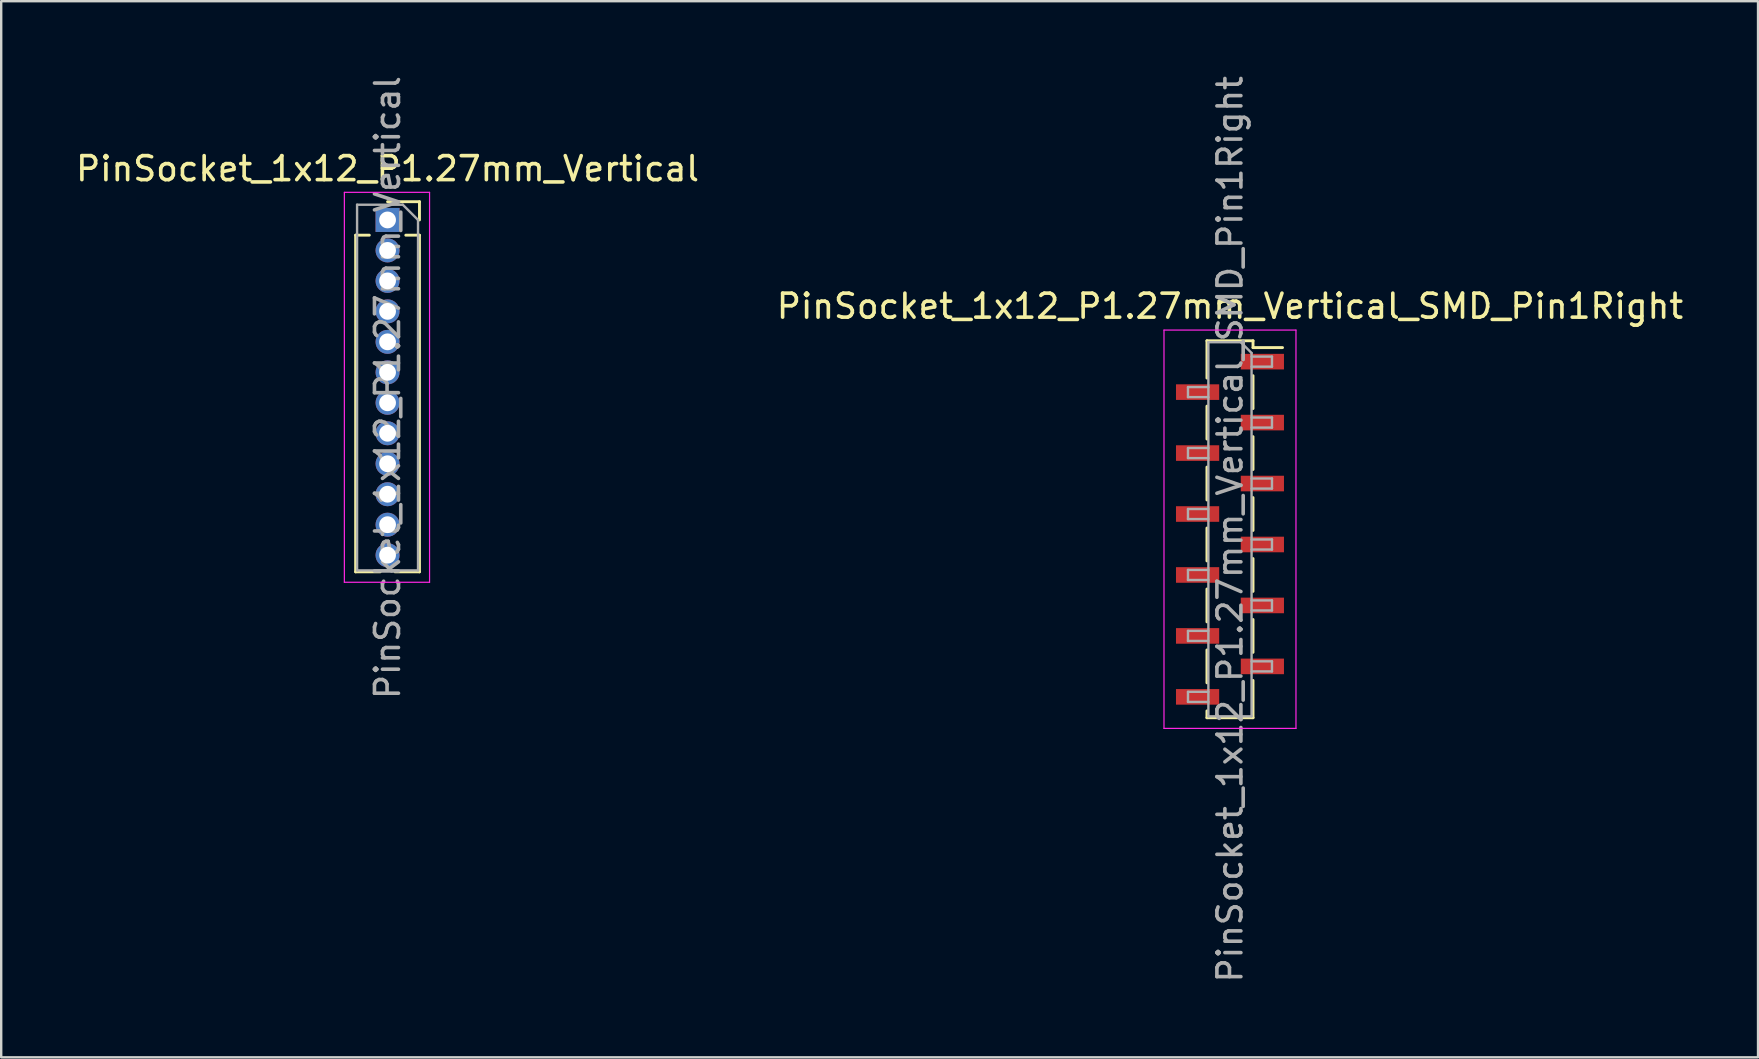
<source format=kicad_pcb>
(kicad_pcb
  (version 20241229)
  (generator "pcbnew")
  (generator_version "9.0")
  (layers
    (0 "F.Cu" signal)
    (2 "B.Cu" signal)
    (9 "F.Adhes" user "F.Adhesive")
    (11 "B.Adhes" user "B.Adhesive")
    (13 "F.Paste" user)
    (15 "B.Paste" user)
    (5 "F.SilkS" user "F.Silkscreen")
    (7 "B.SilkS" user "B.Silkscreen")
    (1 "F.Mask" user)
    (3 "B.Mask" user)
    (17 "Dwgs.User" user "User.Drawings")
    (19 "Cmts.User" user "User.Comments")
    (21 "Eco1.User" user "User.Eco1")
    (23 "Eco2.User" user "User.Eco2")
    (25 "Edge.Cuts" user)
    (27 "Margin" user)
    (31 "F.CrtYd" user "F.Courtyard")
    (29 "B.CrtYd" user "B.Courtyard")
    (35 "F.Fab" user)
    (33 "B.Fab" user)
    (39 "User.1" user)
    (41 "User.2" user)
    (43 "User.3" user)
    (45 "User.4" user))
  (footprint "PinSocket_1x12_P1.27mm_Vertical"
    (layer "F.Cu")
    (at 13.101 6.116)
    (property "Reference" "PinSocket_1x12_P1.27mm_Vertical" (at 0 -2.135 0) (layer "F.SilkS") (effects (font (size 1 1) (thickness 0.15))))
    (attr through_hole)
    (fp_line (start -1.33 0.635) (end -1.33 14.665) (stroke (width 0.12) (type solid)) (layer "F.SilkS"))
    (fp_line (start -1.33 0.635) (end -0.76 0.635) (stroke (width 0.12) (type solid)) (layer "F.SilkS"))
    (fp_line (start -1.33 14.665) (end -0.308 14.665) (stroke (width 0.12) (type solid)) (layer "F.SilkS"))
    (fp_line (start 0 -0.76) (end 1.33 -0.76) (stroke (width 0.12) (type solid)) (layer "F.SilkS"))
    (fp_line (start 0.308 14.665) (end 1.33 14.665) (stroke (width 0.12) (type solid)) (layer "F.SilkS"))
    (fp_line (start 0.76 0.635) (end 1.33 0.635) (stroke (width 0.12) (type solid)) (layer "F.SilkS"))
    (fp_line (start 1.33 -0.76) (end 1.33 0) (stroke (width 0.12) (type solid)) (layer "F.SilkS"))
    (fp_line (start 1.33 0.635) (end 1.33 14.665) (stroke (width 0.12) (type solid)) (layer "F.SilkS"))
    (fp_line (start -1.8 -1.15) (end 1.75 -1.15) (stroke (width 0.05) (type solid)) (layer "F.CrtYd"))
    (fp_line (start -1.8 15.1) (end -1.8 -1.15) (stroke (width 0.05) (type solid)) (layer "F.CrtYd"))
    (fp_line (start 1.75 -1.15) (end 1.75 15.1) (stroke (width 0.05) (type solid)) (layer "F.CrtYd"))
    (fp_line (start 1.75 15.1) (end -1.8 15.1) (stroke (width 0.05) (type solid)) (layer "F.CrtYd"))
    (fp_line (start -1.27 -0.635) (end 0.635 -0.635) (stroke (width 0.1) (type solid)) (layer "F.Fab"))
    (fp_line (start -1.27 14.605) (end -1.27 -0.635) (stroke (width 0.1) (type solid)) (layer "F.Fab"))
    (fp_line (start 0.635 -0.635) (end 1.27 0) (stroke (width 0.1) (type solid)) (layer "F.Fab"))
    (fp_line (start 1.27 0) (end 1.27 14.605) (stroke (width 0.1) (type solid)) (layer "F.Fab"))
    (fp_line (start 1.27 14.605) (end -1.27 14.605) (stroke (width 0.1) (type solid)) (layer "F.Fab"))
    (fp_text user "${REFERENCE}" (at 0 6.985 90) (layer "F.Fab") (effects (font (size 1 1) (thickness 0.15))))
    (pad "1" thru_hole rect (at 0 0) (size 1 1) (drill 0.7) (layers "*.Cu" "*.Mask"))
    (pad "2" thru_hole circle (at 0 1.27) (size 1 1) (drill 0.7) (layers "*.Cu" "*.Mask"))
    (pad "3" thru_hole circle (at 0 2.54) (size 1 1) (drill 0.7) (layers "*.Cu" "*.Mask"))
    (pad "4" thru_hole circle (at 0 3.81) (size 1 1) (drill 0.7) (layers "*.Cu" "*.Mask"))
    (pad "5" thru_hole circle (at 0 5.08) (size 1 1) (drill 0.7) (layers "*.Cu" "*.Mask"))
    (pad "6" thru_hole circle (at 0 6.35) (size 1 1) (drill 0.7) (layers "*.Cu" "*.Mask"))
    (pad "7" thru_hole circle (at 0 7.62) (size 1 1) (drill 0.7) (layers "*.Cu" "*.Mask"))
    (pad "8" thru_hole circle (at 0 8.89) (size 1 1) (drill 0.7) (layers "*.Cu" "*.Mask"))
    (pad "9" thru_hole circle (at 0 10.16) (size 1 1) (drill 0.7) (layers "*.Cu" "*.Mask"))
    (pad "10" thru_hole circle (at 0 11.43) (size 1 1) (drill 0.7) (layers "*.Cu" "*.Mask"))
    (pad "11" thru_hole circle (at 0 12.7) (size 1 1) (drill 0.7) (layers "*.Cu" "*.Mask"))
    (pad "12" thru_hole circle (at 0 13.97) (size 1 1) (drill 0.7) (layers "*.Cu" "*.Mask")))
  (footprint "PinSocket_1x12_P1.27mm_Vertical_SMD_Pin1Right"
    (layer "F.Cu")
    (at 48.208 19.006)
    (property "Reference" "PinSocket_1x12_P1.27mm_Vertical_SMD_Pin1Right" (at 0 -9.295 0) (layer "F.SilkS") (effects (font (size 1 1) (thickness 0.15))))
    (attr smd)
    (fp_line (start -0.96 -7.855) (end -0.96 -6.3) (stroke (width 0.12) (type solid)) (layer "F.SilkS"))
    (fp_line (start -0.96 -7.855) (end 0.96 -7.855) (stroke (width 0.12) (type solid)) (layer "F.SilkS"))
    (fp_line (start -0.96 -5.13) (end -0.96 -3.76) (stroke (width 0.12) (type solid)) (layer "F.SilkS"))
    (fp_line (start -0.96 -2.59) (end -0.96 -1.22) (stroke (width 0.12) (type solid)) (layer "F.SilkS"))
    (fp_line (start -0.96 -0.05) (end -0.96 1.32) (stroke (width 0.12) (type solid)) (layer "F.SilkS"))
    (fp_line (start -0.96 2.49) (end -0.96 3.86) (stroke (width 0.12) (type solid)) (layer "F.SilkS"))
    (fp_line (start -0.96 5.03) (end -0.96 6.4) (stroke (width 0.12) (type solid)) (layer "F.SilkS"))
    (fp_line (start -0.96 7.57) (end -0.96 7.855) (stroke (width 0.12) (type solid)) (layer "F.SilkS"))
    (fp_line (start -0.96 7.855) (end 0.96 7.855) (stroke (width 0.12) (type solid)) (layer "F.SilkS"))
    (fp_line (start 0.96 -7.855) (end 0.96 -7.57) (stroke (width 0.12) (type solid)) (layer "F.SilkS"))
    (fp_line (start 0.96 -7.57) (end 2.19 -7.57) (stroke (width 0.12) (type solid)) (layer "F.SilkS"))
    (fp_line (start 0.96 -6.4) (end 0.96 -5.03) (stroke (width 0.12) (type solid)) (layer "F.SilkS"))
    (fp_line (start 0.96 -3.86) (end 0.96 -2.49) (stroke (width 0.12) (type solid)) (layer "F.SilkS"))
    (fp_line (start 0.96 -1.32) (end 0.96 0.05) (stroke (width 0.12) (type solid)) (layer "F.SilkS"))
    (fp_line (start 0.96 1.22) (end 0.96 2.59) (stroke (width 0.12) (type solid)) (layer "F.SilkS"))
    (fp_line (start 0.96 3.76) (end 0.96 5.13) (stroke (width 0.12) (type solid)) (layer "F.SilkS"))
    (fp_line (start 0.96 6.3) (end 0.96 7.855) (stroke (width 0.12) (type solid)) (layer "F.SilkS"))
    (fp_line (start -2.75 -8.3) (end 2.75 -8.3) (stroke (width 0.05) (type solid)) (layer "F.CrtYd"))
    (fp_line (start -2.75 8.3) (end -2.75 -8.3) (stroke (width 0.05) (type solid)) (layer "F.CrtYd"))
    (fp_line (start 2.75 -8.3) (end 2.75 8.3) (stroke (width 0.05) (type solid)) (layer "F.CrtYd"))
    (fp_line (start 2.75 8.3) (end -2.75 8.3) (stroke (width 0.05) (type solid)) (layer "F.CrtYd"))
    (fp_line (start -1.75 -5.925) (end -0.9 -5.925) (stroke (width 0.1) (type solid)) (layer "F.Fab"))
    (fp_line (start -1.75 -5.505) (end -1.75 -5.925) (stroke (width 0.1) (type solid)) (layer "F.Fab"))
    (fp_line (start -1.75 -3.385) (end -0.9 -3.385) (stroke (width 0.1) (type solid)) (layer "F.Fab"))
    (fp_line (start -1.75 -2.965) (end -1.75 -3.385) (stroke (width 0.1) (type solid)) (layer "F.Fab"))
    (fp_line (start -1.75 -0.845) (end -0.9 -0.845) (stroke (width 0.1) (type solid)) (layer "F.Fab"))
    (fp_line (start -1.75 -0.425) (end -1.75 -0.845) (stroke (width 0.1) (type solid)) (layer "F.Fab"))
    (fp_line (start -1.75 1.695) (end -0.9 1.695) (stroke (width 0.1) (type solid)) (layer "F.Fab"))
    (fp_line (start -1.75 2.115) (end -1.75 1.695) (stroke (width 0.1) (type solid)) (layer "F.Fab"))
    (fp_line (start -1.75 4.235) (end -0.9 4.235) (stroke (width 0.1) (type solid)) (layer "F.Fab"))
    (fp_line (start -1.75 4.655) (end -1.75 4.235) (stroke (width 0.1) (type solid)) (layer "F.Fab"))
    (fp_line (start -1.75 6.775) (end -0.9 6.775) (stroke (width 0.1) (type solid)) (layer "F.Fab"))
    (fp_line (start -1.75 7.195) (end -1.75 6.775) (stroke (width 0.1) (type solid)) (layer "F.Fab"))
    (fp_line (start -0.9 -7.795) (end 0.45 -7.795) (stroke (width 0.1) (type solid)) (layer "F.Fab"))
    (fp_line (start -0.9 -5.505) (end -1.75 -5.505) (stroke (width 0.1) (type solid)) (layer "F.Fab"))
    (fp_line (start -0.9 -2.965) (end -1.75 -2.965) (stroke (width 0.1) (type solid)) (layer "F.Fab"))
    (fp_line (start -0.9 -0.425) (end -1.75 -0.425) (stroke (width 0.1) (type solid)) (layer "F.Fab"))
    (fp_line (start -0.9 2.115) (end -1.75 2.115) (stroke (width 0.1) (type solid)) (layer "F.Fab"))
    (fp_line (start -0.9 4.655) (end -1.75 4.655) (stroke (width 0.1) (type solid)) (layer "F.Fab"))
    (fp_line (start -0.9 7.195) (end -1.75 7.195) (stroke (width 0.1) (type solid)) (layer "F.Fab"))
    (fp_line (start -0.9 7.795) (end -0.9 -7.795) (stroke (width 0.1) (type solid)) (layer "F.Fab"))
    (fp_line (start 0.45 -7.795) (end 0.9 -7.345) (stroke (width 0.1) (type solid)) (layer "F.Fab"))
    (fp_line (start 0.9 -7.345) (end 0.9 7.795) (stroke (width 0.1) (type solid)) (layer "F.Fab"))
    (fp_line (start 0.9 -7.195) (end 1.75 -7.195) (stroke (width 0.1) (type solid)) (layer "F.Fab"))
    (fp_line (start 0.9 -4.655) (end 1.75 -4.655) (stroke (width 0.1) (type solid)) (layer "F.Fab"))
    (fp_line (start 0.9 -2.115) (end 1.75 -2.115) (stroke (width 0.1) (type solid)) (layer "F.Fab"))
    (fp_line (start 0.9 0.425) (end 1.75 0.425) (stroke (width 0.1) (type solid)) (layer "F.Fab"))
    (fp_line (start 0.9 2.965) (end 1.75 2.965) (stroke (width 0.1) (type solid)) (layer "F.Fab"))
    (fp_line (start 0.9 5.505) (end 1.75 5.505) (stroke (width 0.1) (type solid)) (layer "F.Fab"))
    (fp_line (start 0.9 7.795) (end -0.9 7.795) (stroke (width 0.1) (type solid)) (layer "F.Fab"))
    (fp_line (start 1.75 -7.195) (end 1.75 -6.775) (stroke (width 0.1) (type solid)) (layer "F.Fab"))
    (fp_line (start 1.75 -6.775) (end 0.9 -6.775) (stroke (width 0.1) (type solid)) (layer "F.Fab"))
    (fp_line (start 1.75 -4.655) (end 1.75 -4.235) (stroke (width 0.1) (type solid)) (layer "F.Fab"))
    (fp_line (start 1.75 -4.235) (end 0.9 -4.235) (stroke (width 0.1) (type solid)) (layer "F.Fab"))
    (fp_line (start 1.75 -2.115) (end 1.75 -1.695) (stroke (width 0.1) (type solid)) (layer "F.Fab"))
    (fp_line (start 1.75 -1.695) (end 0.9 -1.695) (stroke (width 0.1) (type solid)) (layer "F.Fab"))
    (fp_line (start 1.75 0.425) (end 1.75 0.845) (stroke (width 0.1) (type solid)) (layer "F.Fab"))
    (fp_line (start 1.75 0.845) (end 0.9 0.845) (stroke (width 0.1) (type solid)) (layer "F.Fab"))
    (fp_line (start 1.75 2.965) (end 1.75 3.385) (stroke (width 0.1) (type solid)) (layer "F.Fab"))
    (fp_line (start 1.75 3.385) (end 0.9 3.385) (stroke (width 0.1) (type solid)) (layer "F.Fab"))
    (fp_line (start 1.75 5.505) (end 1.75 5.925) (stroke (width 0.1) (type solid)) (layer "F.Fab"))
    (fp_line (start 1.75 5.925) (end 0.9 5.925) (stroke (width 0.1) (type solid)) (layer "F.Fab"))
    (fp_text user "${REFERENCE}" (at 0 0 90) (layer "F.Fab") (effects (font (size 1 1) (thickness 0.15))))
    (pad "1" smd rect (at 1.35 -6.985) (size 1.8 0.65) (layers "F.Cu" "F.Mask" "F.Paste"))
    (pad "2" smd rect (at -1.35 -5.715) (size 1.8 0.65) (layers "F.Cu" "F.Mask" "F.Paste"))
    (pad "3" smd rect (at 1.35 -4.445) (size 1.8 0.65) (layers "F.Cu" "F.Mask" "F.Paste"))
    (pad "4" smd rect (at -1.35 -3.175) (size 1.8 0.65) (layers "F.Cu" "F.Mask" "F.Paste"))
    (pad "5" smd rect (at 1.35 -1.905) (size 1.8 0.65) (layers "F.Cu" "F.Mask" "F.Paste"))
    (pad "6" smd rect (at -1.35 -0.635) (size 1.8 0.65) (layers "F.Cu" "F.Mask" "F.Paste"))
    (pad "7" smd rect (at 1.35 0.635) (size 1.8 0.65) (layers "F.Cu" "F.Mask" "F.Paste"))
    (pad "8" smd rect (at -1.35 1.905) (size 1.8 0.65) (layers "F.Cu" "F.Mask" "F.Paste"))
    (pad "9" smd rect (at 1.35 3.175) (size 1.8 0.65) (layers "F.Cu" "F.Mask" "F.Paste"))
    (pad "10" smd rect (at -1.35 4.445) (size 1.8 0.65) (layers "F.Cu" "F.Mask" "F.Paste"))
    (pad "11" smd rect (at 1.35 5.715) (size 1.8 0.65) (layers "F.Cu" "F.Mask" "F.Paste"))
    (pad "12" smd rect (at -1.35 6.985) (size 1.8 0.65) (layers "F.Cu" "F.Mask" "F.Paste")))
  (gr_rect
    (start -3 -3)
    (end 70.214 41.012)
    (stroke (width 0.1) (type default))
    (fill no)
    (layer "Edge.Cuts")))
</source>
